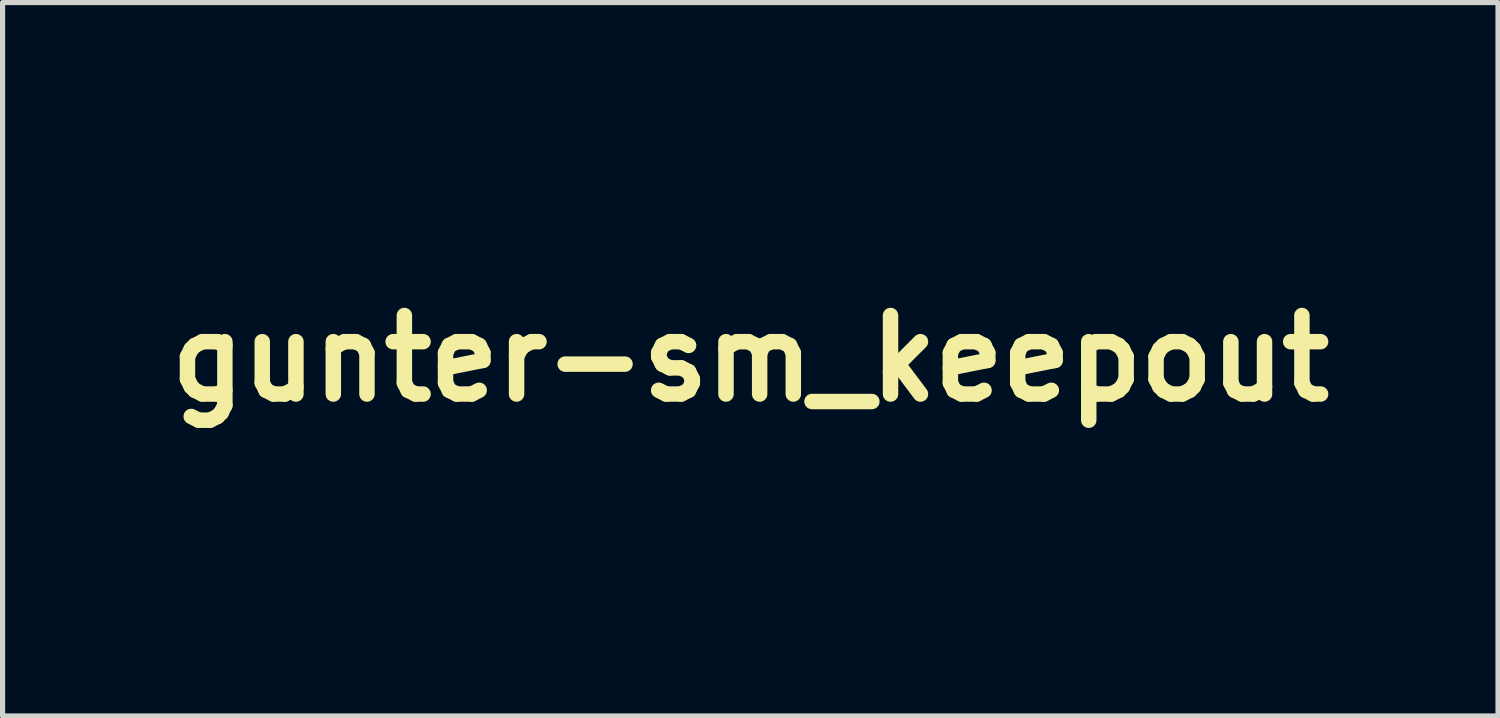
<source format=kicad_pcb>
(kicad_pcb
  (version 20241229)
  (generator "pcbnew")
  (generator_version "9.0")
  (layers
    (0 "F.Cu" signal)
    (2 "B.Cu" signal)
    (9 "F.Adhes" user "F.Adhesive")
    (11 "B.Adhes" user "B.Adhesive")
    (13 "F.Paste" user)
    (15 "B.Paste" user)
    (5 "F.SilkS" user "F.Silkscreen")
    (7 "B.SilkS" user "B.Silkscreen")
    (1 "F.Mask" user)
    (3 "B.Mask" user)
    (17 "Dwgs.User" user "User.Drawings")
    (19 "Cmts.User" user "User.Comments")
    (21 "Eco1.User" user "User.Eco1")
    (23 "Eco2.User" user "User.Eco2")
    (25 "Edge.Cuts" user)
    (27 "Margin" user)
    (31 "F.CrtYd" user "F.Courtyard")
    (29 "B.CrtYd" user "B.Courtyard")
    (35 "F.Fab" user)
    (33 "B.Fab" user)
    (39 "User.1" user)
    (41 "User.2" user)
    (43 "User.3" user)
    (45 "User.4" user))
  (footprint "gunter-sm_keepout"
    (layer "F.Cu")
    (at 11.51 3.907)
    (property "Reference" "gunter-sm_keepout" (at 0 0 0) (layer "F.SilkS") (effects (font (size 1.524 1.524) (thickness 0.3))))
    (attr through_hole)
    (fp_poly (pts (xy -0.376 3.106) (xy 0.061 3.112) (xy 0.436 3.121) (xy 0.715 3.13) (xy 0.948 3.139) (xy 1.138 3.147) (xy 1.29 3.154) (xy 1.409 3.162) (xy 1.497 3.171) (xy 1.561 3.18) (xy 1.603 3.191) (xy 1.629 3.204) (xy 1.642 3.219) (xy 1.646 3.23) (xy 1.638 3.285) (xy 1.605 3.37) (xy 1.553 3.474) (xy 1.488 3.586) (xy 1.418 3.696) (xy 1.347 3.794) (xy 1.283 3.869) (xy 1.231 3.911) (xy 1.225 3.914) (xy 1.207 3.92) (xy 1.186 3.925) (xy 1.157 3.928) (xy 1.116 3.931) (xy 1.059 3.932) (xy 0.982 3.932) (xy 0.88 3.931) (xy 0.751 3.928) (xy 0.589 3.924) (xy 0.39 3.918) (xy 0.151 3.911) (xy -0.132 3.903) (xy -0.305 3.898) (xy -1.18 3.869) (xy -2.013 3.839) (xy -2.812 3.806) (xy -3.584 3.77) (xy -4.338 3.731) (xy -5.082 3.688) (xy -5.824 3.641) (xy -6.572 3.59) (xy -6.883 3.567) (xy -7.151 3.546) (xy -7.369 3.526) (xy -7.535 3.507) (xy -7.651 3.488) (xy -7.716 3.469) (xy -7.731 3.451) (xy -7.694 3.432) (xy -7.608 3.414) (xy -7.47 3.394) (xy -7.282 3.374) (xy -7.044 3.353) (xy -6.909 3.342) (xy -6.407 3.305) (xy -5.877 3.271) (xy -5.325 3.239) (xy -4.757 3.211) (xy -4.18 3.185) (xy -3.599 3.163) (xy -3.021 3.144) (xy -2.45 3.129) (xy -1.895 3.117) (xy -1.36 3.109) (xy -0.851 3.106) (xy -0.376 3.106)) (stroke (width 0.01) (type solid)) (fill yes) (layer "F.Mask"))
    (fp_poly (pts (xy 7.991 -3.724) (xy 8.2 -3.702) (xy 8.232 -3.697) (xy 8.605 -3.613) (xy 8.947 -3.491) (xy 9.261 -3.329) (xy 9.553 -3.124) (xy 9.774 -2.926) (xy 9.977 -2.699) (xy 10.164 -2.437) (xy 10.326 -2.155) (xy 10.457 -1.866) (xy 10.535 -1.627) (xy 10.56 -1.53) (xy 10.578 -1.444) (xy 10.589 -1.356) (xy 10.597 -1.254) (xy 10.601 -1.127) (xy 10.602 -0.962) (xy 10.602 -0.94) (xy 10.595 -0.633) (xy 10.571 -0.363) (xy 10.527 -0.118) (xy 10.461 0.114) (xy 10.371 0.343) (xy 10.32 0.452) (xy 10.136 0.772) (xy 9.912 1.061) (xy 9.652 1.318) (xy 9.358 1.541) (xy 9.033 1.727) (xy 8.68 1.874) (xy 8.302 1.981) (xy 8.25 1.992) (xy 8.074 2.017) (xy 7.864 2.028) (xy 7.637 2.027) (xy 7.407 2.012) (xy 7.19 1.985) (xy 7.157 1.98) (xy 6.805 1.893) (xy 6.471 1.759) (xy 6.157 1.581) (xy 5.866 1.36) (xy 5.6 1.098) (xy 5.361 0.798) (xy 5.153 0.461) (xy 5.093 0.345) (xy 4.986 0.102) (xy 4.911 -0.137) (xy 4.865 -0.386) (xy 4.845 -0.661) (xy 4.843 -0.762) (xy 4.846 -1) (xy 4.861 -1.205) (xy 4.89 -1.396) (xy 4.936 -1.59) (xy 4.984 -1.753) (xy 5.123 -2.11) (xy 5.304 -2.439) (xy 5.523 -2.739) (xy 5.78 -3.005) (xy 6.071 -3.237) (xy 6.394 -3.432) (xy 6.748 -3.587) (xy 6.934 -3.65) (xy 7.102 -3.688) (xy 7.305 -3.715) (xy 7.53 -3.73) (xy 7.764 -3.733) (xy 7.991 -3.724)) (stroke (width 0.01) (type solid)) (fill yes) (layer "F.Mask"))
    (fp_poly (pts (xy -5.347 -3.867) (xy -5.218 -3.847) (xy -4.883 -3.765) (xy -4.574 -3.645) (xy -4.285 -3.481) (xy -4.009 -3.271) (xy -3.893 -3.166) (xy -3.63 -2.884) (xy -3.412 -2.584) (xy -3.241 -2.267) (xy -3.118 -1.933) (xy -3.106 -1.889) (xy -3.083 -1.802) (xy -3.066 -1.725) (xy -3.054 -1.649) (xy -3.046 -1.564) (xy -3.041 -1.46) (xy -3.038 -1.328) (xy -3.037 -1.159) (xy -3.037 -1.092) (xy -3.038 -0.863) (xy -3.044 -0.675) (xy -3.056 -0.516) (xy -3.075 -0.376) (xy -3.104 -0.245) (xy -3.144 -0.112) (xy -3.196 0.033) (xy -3.204 0.055) (xy -3.264 0.192) (xy -3.345 0.346) (xy -3.437 0.501) (xy -3.532 0.645) (xy -3.621 0.761) (xy -3.653 0.797) (xy -3.76 0.884) (xy -3.914 0.972) (xy -4.111 1.058) (xy -4.349 1.14) (xy -4.483 1.181) (xy -4.634 1.223) (xy -4.809 1.27) (xy -5.003 1.321) (xy -5.21 1.374) (xy -5.422 1.428) (xy -5.634 1.482) (xy -5.84 1.532) (xy -6.032 1.579) (xy -6.206 1.621) (xy -6.355 1.655) (xy -6.473 1.681) (xy -6.552 1.697) (xy -6.586 1.701) (xy -6.652 1.692) (xy -6.744 1.67) (xy -6.838 1.641) (xy -7.159 1.502) (xy -7.462 1.32) (xy -7.742 1.102) (xy -7.993 0.851) (xy -8.212 0.574) (xy -8.395 0.274) (xy -8.535 -0.043) (xy -8.627 -0.356) (xy -8.645 -0.473) (xy -8.66 -0.627) (xy -8.669 -0.806) (xy -8.675 -0.999) (xy -8.676 -1.193) (xy -8.672 -1.378) (xy -8.663 -1.54) (xy -8.649 -1.669) (xy -8.641 -1.714) (xy -8.537 -2.075) (xy -8.387 -2.415) (xy -8.194 -2.732) (xy -7.961 -3.022) (xy -7.689 -3.281) (xy -7.419 -3.482) (xy -7.131 -3.642) (xy -6.812 -3.765) (xy -6.469 -3.85) (xy -6.107 -3.896) (xy -5.731 -3.902) (xy -5.347 -3.867)) (stroke (width 0.01) (type solid)) (fill yes) (layer "F.Mask"))
    (fp_poly (pts (xy 0.726 0.351) (xy 0.844 0.41) (xy 0.982 0.506) (xy 1.139 0.636) (xy 1.286 0.775) (xy 1.471 0.968) (xy 1.616 1.148) (xy 1.725 1.323) (xy 1.804 1.503) (xy 1.858 1.698) (xy 1.889 1.919) (xy 1.901 2.083) (xy 1.909 2.286) (xy 1.909 2.444) (xy 1.899 2.564) (xy 1.877 2.652) (xy 1.841 2.713) (xy 1.789 2.753) (xy 1.718 2.778) (xy 1.65 2.792) (xy 1.601 2.796) (xy 1.506 2.799) (xy 1.369 2.801) (xy 1.195 2.803) (xy 0.99 2.804) (xy 0.756 2.804) (xy 0.5 2.804) (xy 0.225 2.803) (xy -0.063 2.801) (xy -0.178 2.8) (xy -1.818 2.803) (xy -3.442 2.837) (xy -5.043 2.903) (xy -6.616 2.999) (xy -8.156 3.126) (xy -9.03 3.214) (xy -9.202 3.232) (xy -9.362 3.249) (xy -9.501 3.264) (xy -9.611 3.276) (xy -9.684 3.283) (xy -9.703 3.285) (xy -9.759 3.285) (xy -9.854 3.278) (xy -9.976 3.265) (xy -10.115 3.247) (xy -10.18 3.238) (xy -10.315 3.218) (xy -10.431 3.199) (xy -10.521 3.182) (xy -10.574 3.17) (xy -10.584 3.166) (xy -10.586 3.136) (xy -10.538 3.102) (xy -10.439 3.064) (xy -10.372 3.044) (xy -10.26 3.014) (xy -10.103 2.972) (xy -9.902 2.92) (xy -9.662 2.858) (xy -9.385 2.787) (xy -9.074 2.708) (xy -8.733 2.621) (xy -8.365 2.528) (xy -7.973 2.43) (xy -7.56 2.326) (xy -7.129 2.218) (xy -6.683 2.107) (xy -6.227 1.993) (xy -5.762 1.877) (xy -5.292 1.76) (xy -4.82 1.643) (xy -4.35 1.526) (xy -3.884 1.411) (xy -3.425 1.298) (xy -2.978 1.187) (xy -2.544 1.081) (xy -2.128 0.978) (xy -1.732 0.881) (xy -1.359 0.79) (xy -1.013 0.706) (xy -0.696 0.63) (xy -0.413 0.562) (xy -0.166 0.503) (xy 0.043 0.454) (xy 0.129 0.433) (xy 0.277 0.4) (xy 0.41 0.371) (xy 0.521 0.349) (xy 0.599 0.334) (xy 0.634 0.33) (xy 0.726 0.351)) (stroke (width 0.01) (type solid)) (fill yes) (layer "F.Mask")))
  (gr_rect
    (start -3 -3)
    (end 26.02 10.844)
    (stroke (width 0.1) (type default))
    (fill no)
    (layer "Edge.Cuts")))
</source>
